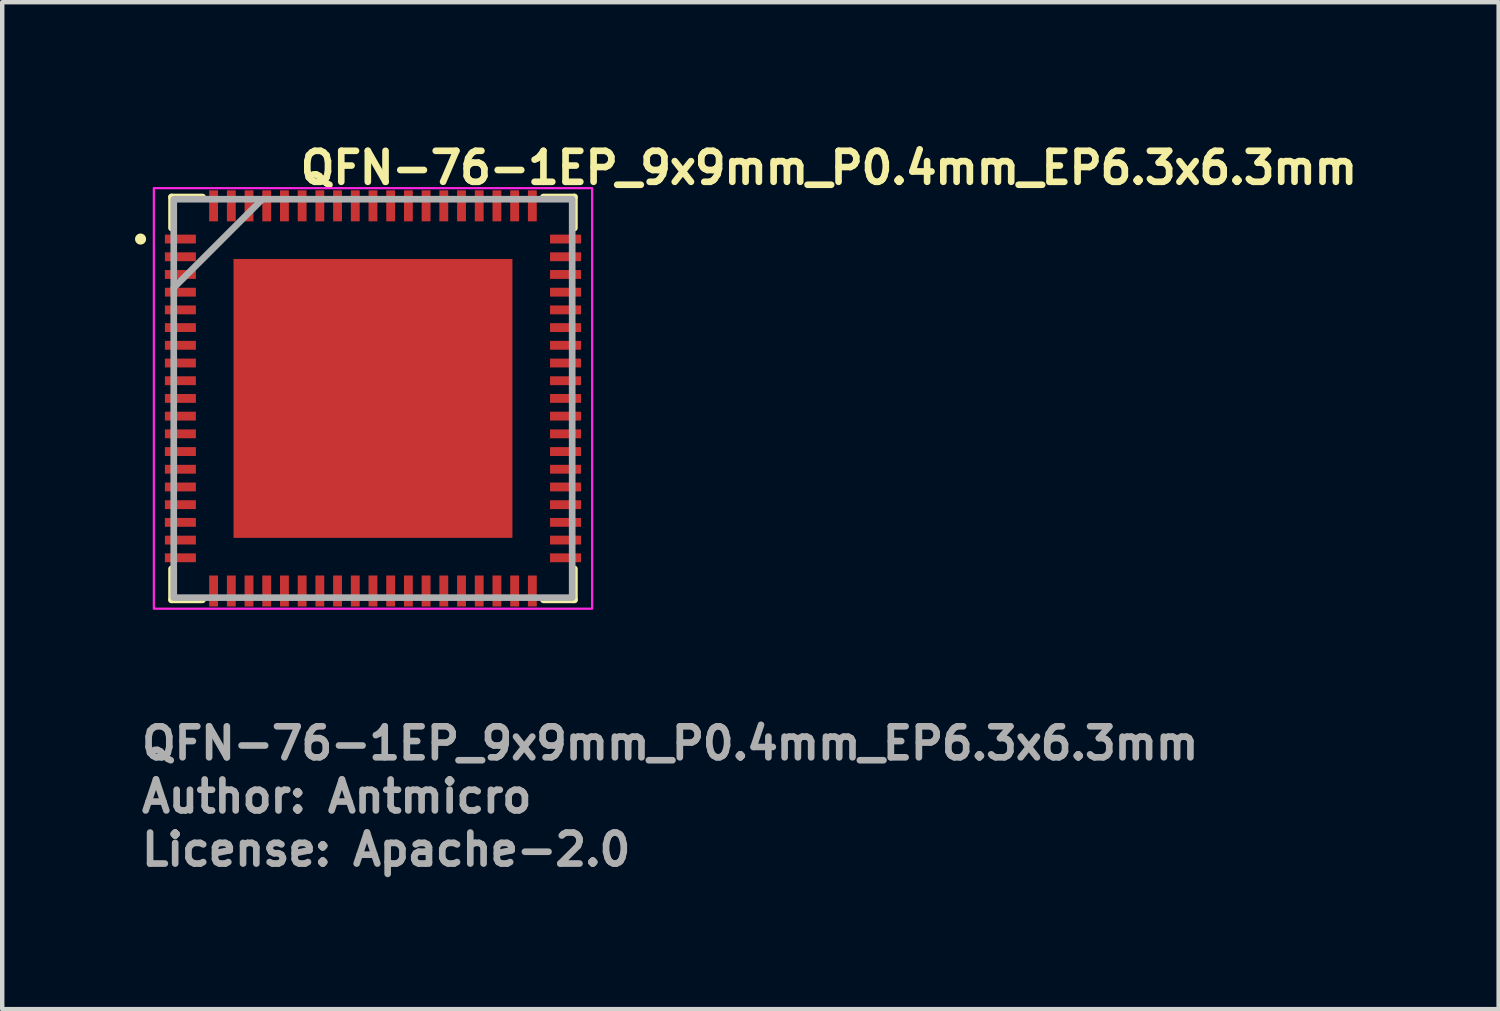
<source format=kicad_pcb>
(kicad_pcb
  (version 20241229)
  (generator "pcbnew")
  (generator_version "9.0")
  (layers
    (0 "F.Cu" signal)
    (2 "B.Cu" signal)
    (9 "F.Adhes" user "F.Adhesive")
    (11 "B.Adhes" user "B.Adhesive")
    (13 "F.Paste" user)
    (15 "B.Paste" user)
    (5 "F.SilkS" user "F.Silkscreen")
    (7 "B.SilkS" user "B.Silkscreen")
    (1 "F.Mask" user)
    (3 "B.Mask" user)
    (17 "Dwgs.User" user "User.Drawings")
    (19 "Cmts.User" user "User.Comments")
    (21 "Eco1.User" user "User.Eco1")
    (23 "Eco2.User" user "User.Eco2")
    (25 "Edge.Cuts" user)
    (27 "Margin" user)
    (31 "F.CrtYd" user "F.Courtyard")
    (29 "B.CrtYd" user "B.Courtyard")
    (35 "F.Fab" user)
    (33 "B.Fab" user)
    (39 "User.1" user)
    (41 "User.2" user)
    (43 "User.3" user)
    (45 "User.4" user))
  (footprint "QFN-76-1EP_9x9mm_P0.4mm_EP6.3x6.3mm"
    (layer "F.Cu")
    (at 5.375 5.95)
    (property "Reference" "QFN-76-1EP_9x9mm_P0.4mm_EP6.3x6.3mm" (at -1.715 -4.8 0) (layer "F.SilkS") (effects (font (size 0.7 0.7) (thickness 0.15)) (justify left bottom)))
    (attr smd)
    (fp_line (start -4.55 -4.55) (end -4.55 -3.85) (stroke (width 0.15) (type solid)) (layer "F.SilkS"))
    (fp_line (start -4.55 -4.55) (end -3.85 -4.55) (stroke (width 0.15) (type solid)) (layer "F.SilkS"))
    (fp_line (start -4.55 4.55) (end -4.55 3.85) (stroke (width 0.15) (type solid)) (layer "F.SilkS"))
    (fp_line (start -4.55 4.55) (end -3.85 4.55) (stroke (width 0.15) (type solid)) (layer "F.SilkS"))
    (fp_line (start 4.55 -4.55) (end 3.85 -4.55) (stroke (width 0.15) (type solid)) (layer "F.SilkS"))
    (fp_line (start 4.55 -4.55) (end 4.55 -3.85) (stroke (width 0.15) (type solid)) (layer "F.SilkS"))
    (fp_line (start 4.55 4.55) (end 3.85 4.55) (stroke (width 0.15) (type solid)) (layer "F.SilkS"))
    (fp_line (start 4.55 4.55) (end 4.55 3.85) (stroke (width 0.15) (type solid)) (layer "F.SilkS"))
    (fp_circle (center -5.25 -3.6) (end -5.2 -3.6) (stroke (width 0.15) (type solid)) (fill yes) (layer "F.SilkS"))
    (fp_poly (pts (xy -2.9 -2.9) (xy -1.9 -2.9) (xy -1.9 -1.9) (xy -2.9 -1.9)) (stroke (width 0.01) (type solid)) (fill yes) (layer "F.Paste"))
    (fp_poly (pts (xy -2.9 -1.7) (xy -1.9 -1.7) (xy -1.9 -0.7) (xy -2.9 -0.7)) (stroke (width 0.01) (type solid)) (fill yes) (layer "F.Paste"))
    (fp_poly (pts (xy -2.9 -0.5) (xy -1.9 -0.5) (xy -1.9 0.5) (xy -2.9 0.5)) (stroke (width 0.01) (type solid)) (fill yes) (layer "F.Paste"))
    (fp_poly (pts (xy -2.9 0.7) (xy -1.9 0.7) (xy -1.9 1.7) (xy -2.9 1.7)) (stroke (width 0.01) (type solid)) (fill yes) (layer "F.Paste"))
    (fp_poly (pts (xy -2.9 1.9) (xy -1.9 1.9) (xy -1.9 2.9) (xy -2.9 2.9)) (stroke (width 0.01) (type solid)) (fill yes) (layer "F.Paste"))
    (fp_poly (pts (xy -1.7 -2.9) (xy -0.7 -2.9) (xy -0.7 -1.9) (xy -1.7 -1.9)) (stroke (width 0.01) (type solid)) (fill yes) (layer "F.Paste"))
    (fp_poly (pts (xy -1.7 -1.7) (xy -0.7 -1.7) (xy -0.7 -0.7) (xy -1.7 -0.7)) (stroke (width 0.01) (type solid)) (fill yes) (layer "F.Paste"))
    (fp_poly (pts (xy -1.7 -0.5) (xy -0.7 -0.5) (xy -0.7 0.5) (xy -1.7 0.5)) (stroke (width 0.01) (type solid)) (fill yes) (layer "F.Paste"))
    (fp_poly (pts (xy -1.7 0.7) (xy -0.7 0.7) (xy -0.7 1.7) (xy -1.7 1.7)) (stroke (width 0.01) (type solid)) (fill yes) (layer "F.Paste"))
    (fp_poly (pts (xy -1.7 1.9) (xy -0.7 1.9) (xy -0.7 2.9) (xy -1.7 2.9)) (stroke (width 0.01) (type solid)) (fill yes) (layer "F.Paste"))
    (fp_poly (pts (xy -0.5 -2.9) (xy 0.5 -2.9) (xy 0.5 -1.9) (xy -0.5 -1.9)) (stroke (width 0.01) (type solid)) (fill yes) (layer "F.Paste"))
    (fp_poly (pts (xy -0.5 -1.7) (xy 0.5 -1.7) (xy 0.5 -0.7) (xy -0.5 -0.7)) (stroke (width 0.01) (type solid)) (fill yes) (layer "F.Paste"))
    (fp_poly (pts (xy -0.5 -0.5) (xy 0.5 -0.5) (xy 0.5 0.5) (xy -0.5 0.5)) (stroke (width 0.01) (type solid)) (fill yes) (layer "F.Paste"))
    (fp_poly (pts (xy -0.5 0.7) (xy 0.5 0.7) (xy 0.5 1.7) (xy -0.5 1.7)) (stroke (width 0.01) (type solid)) (fill yes) (layer "F.Paste"))
    (fp_poly (pts (xy -0.5 1.9) (xy 0.5 1.9) (xy 0.5 2.9) (xy -0.5 2.9)) (stroke (width 0.01) (type solid)) (fill yes) (layer "F.Paste"))
    (fp_poly (pts (xy 0.7 -2.9) (xy 1.7 -2.9) (xy 1.7 -1.9) (xy 0.7 -1.9)) (stroke (width 0.01) (type solid)) (fill yes) (layer "F.Paste"))
    (fp_poly (pts (xy 0.7 -1.7) (xy 1.7 -1.7) (xy 1.7 -0.7) (xy 0.7 -0.7)) (stroke (width 0.01) (type solid)) (fill yes) (layer "F.Paste"))
    (fp_poly (pts (xy 0.7 -0.5) (xy 1.7 -0.5) (xy 1.7 0.5) (xy 0.7 0.5)) (stroke (width 0.01) (type solid)) (fill yes) (layer "F.Paste"))
    (fp_poly (pts (xy 0.7 0.7) (xy 1.7 0.7) (xy 1.7 1.7) (xy 0.7 1.7)) (stroke (width 0.01) (type solid)) (fill yes) (layer "F.Paste"))
    (fp_poly (pts (xy 0.7 1.9) (xy 1.7 1.9) (xy 1.7 2.9) (xy 0.7 2.9)) (stroke (width 0.01) (type solid)) (fill yes) (layer "F.Paste"))
    (fp_poly (pts (xy 1.9 -2.9) (xy 2.9 -2.9) (xy 2.9 -1.9) (xy 1.9 -1.9)) (stroke (width 0.01) (type solid)) (fill yes) (layer "F.Paste"))
    (fp_poly (pts (xy 1.9 -1.7) (xy 2.9 -1.7) (xy 2.9 -0.7) (xy 1.9 -0.7)) (stroke (width 0.01) (type solid)) (fill yes) (layer "F.Paste"))
    (fp_poly (pts (xy 1.9 -0.5) (xy 2.9 -0.5) (xy 2.9 0.5) (xy 1.9 0.5)) (stroke (width 0.01) (type solid)) (fill yes) (layer "F.Paste"))
    (fp_poly (pts (xy 1.9 0.7) (xy 2.9 0.7) (xy 2.9 1.7) (xy 1.9 1.7)) (stroke (width 0.01) (type solid)) (fill yes) (layer "F.Paste"))
    (fp_poly (pts (xy 1.9 1.9) (xy 2.9 1.9) (xy 2.9 2.9) (xy 1.9 2.9)) (stroke (width 0.01) (type solid)) (fill yes) (layer "F.Paste"))
    (fp_rect (start -4.95 -4.75) (end 4.95 4.75) (stroke (width 0.05) (type solid)) (fill no) (layer "F.CrtYd"))
    (fp_line (start -4.5 -2.5) (end -2.5 -4.5) (stroke (width 0.15) (type solid)) (layer "F.Fab"))
    (fp_rect (start -4.5 -4.5) (end 4.5 4.5) (stroke (width 0.15) (type solid)) (fill no) (layer "F.Fab"))
    (fp_rect (start -4.5 -4.5) (end 4.5 4.5) (stroke (width 0.1) (type solid)) (fill no) (layer "User.5"))
    (fp_line (start -4.5 -4.5) (end -4.5 4.5) (stroke (width 0.02) (type solid)) (layer "User.9"))
    (fp_line (start -4.5 4.5) (end 4.5 4.5) (stroke (width 0.02) (type solid)) (layer "User.9"))
    (fp_line (start 4.5 -4.5) (end -4.5 -4.5) (stroke (width 0.02) (type solid)) (layer "User.9"))
    (fp_line (start 4.5 4.5) (end 4.5 -4.5) (stroke (width 0.02) (type solid)) (layer "User.9"))
    (fp_text user "${REFERENCE}" (at -5.3 8.2 0) (layer "F.Fab") (effects (font (size 0.7 0.7) (thickness 0.15)) (justify left bottom)))
    (fp_text user "License: Apache-2.0" (at -5.3 10.6 0) (layer "F.Fab") (effects (font (size 0.7 0.7) (thickness 0.15)) (justify left bottom)))
    (fp_text user "Author: Antmicro" (at -5.3 9.4 0) (layer "F.Fab") (effects (font (size 0.7 0.7) (thickness 0.15)) (justify left bottom)))
    (pad "1" smd rect (at -4.35 -3.6) (size 0.7 0.2) (layers "F.Cu" "F.Mask" "F.Paste"))
    (pad "2" smd rect (at -4.35 -3.2) (size 0.7 0.2) (layers "F.Cu" "F.Mask" "F.Paste"))
    (pad "3" smd rect (at -4.35 -2.8) (size 0.7 0.2) (layers "F.Cu" "F.Mask" "F.Paste"))
    (pad "4" smd rect (at -4.35 -2.4) (size 0.7 0.2) (layers "F.Cu" "F.Mask" "F.Paste"))
    (pad "5" smd rect (at -4.35 -2) (size 0.7 0.2) (layers "F.Cu" "F.Mask" "F.Paste"))
    (pad "6" smd rect (at -4.35 -1.6) (size 0.7 0.2) (layers "F.Cu" "F.Mask" "F.Paste"))
    (pad "7" smd rect (at -4.35 -1.2) (size 0.7 0.2) (layers "F.Cu" "F.Mask" "F.Paste"))
    (pad "8" smd rect (at -4.35 -0.8) (size 0.7 0.2) (layers "F.Cu" "F.Mask" "F.Paste"))
    (pad "9" smd rect (at -4.35 -0.4) (size 0.7 0.2) (layers "F.Cu" "F.Mask" "F.Paste"))
    (pad "10" smd rect (at -4.35 0) (size 0.7 0.2) (layers "F.Cu" "F.Mask" "F.Paste"))
    (pad "11" smd rect (at -4.35 0.4) (size 0.7 0.2) (layers "F.Cu" "F.Mask" "F.Paste"))
    (pad "12" smd rect (at -4.35 0.8) (size 0.7 0.2) (layers "F.Cu" "F.Mask" "F.Paste"))
    (pad "13" smd rect (at -4.35 1.2) (size 0.7 0.2) (layers "F.Cu" "F.Mask" "F.Paste"))
    (pad "14" smd rect (at -4.35 1.6) (size 0.7 0.2) (layers "F.Cu" "F.Mask" "F.Paste"))
    (pad "15" smd rect (at -4.35 2) (size 0.7 0.2) (layers "F.Cu" "F.Mask" "F.Paste"))
    (pad "16" smd rect (at -4.35 2.4) (size 0.7 0.2) (layers "F.Cu" "F.Mask" "F.Paste"))
    (pad "17" smd rect (at -4.35 2.8) (size 0.7 0.2) (layers "F.Cu" "F.Mask" "F.Paste"))
    (pad "18" smd rect (at -4.35 3.2) (size 0.7 0.2) (layers "F.Cu" "F.Mask" "F.Paste"))
    (pad "19" smd rect (at -4.35 3.6) (size 0.7 0.2) (layers "F.Cu" "F.Mask" "F.Paste"))
    (pad "20" smd rect (at -3.6 4.35 90) (size 0.7 0.2) (layers "F.Cu" "F.Mask" "F.Paste"))
    (pad "21" smd rect (at -3.2 4.35 90) (size 0.7 0.2) (layers "F.Cu" "F.Mask" "F.Paste"))
    (pad "22" smd rect (at -2.8 4.35 90) (size 0.7 0.2) (layers "F.Cu" "F.Mask" "F.Paste"))
    (pad "23" smd rect (at -2.4 4.35 90) (size 0.7 0.2) (layers "F.Cu" "F.Mask" "F.Paste"))
    (pad "24" smd rect (at -2 4.35 90) (size 0.7 0.2) (layers "F.Cu" "F.Mask" "F.Paste"))
    (pad "25" smd rect (at -1.6 4.35 90) (size 0.7 0.2) (layers "F.Cu" "F.Mask" "F.Paste"))
    (pad "26" smd rect (at -1.2 4.35 90) (size 0.7 0.2) (layers "F.Cu" "F.Mask" "F.Paste"))
    (pad "27" smd rect (at -0.8 4.35 90) (size 0.7 0.2) (layers "F.Cu" "F.Mask" "F.Paste"))
    (pad "28" smd rect (at -0.4 4.35 90) (size 0.7 0.2) (layers "F.Cu" "F.Mask" "F.Paste"))
    (pad "29" smd rect (at 0 4.35 90) (size 0.7 0.2) (layers "F.Cu" "F.Mask" "F.Paste"))
    (pad "30" smd rect (at 0.4 4.35 90) (size 0.7 0.2) (layers "F.Cu" "F.Mask" "F.Paste"))
    (pad "31" smd rect (at 0.8 4.35 90) (size 0.7 0.2) (layers "F.Cu" "F.Mask" "F.Paste"))
    (pad "32" smd rect (at 1.2 4.35 90) (size 0.7 0.2) (layers "F.Cu" "F.Mask" "F.Paste"))
    (pad "33" smd rect (at 1.6 4.35 90) (size 0.7 0.2) (layers "F.Cu" "F.Mask" "F.Paste"))
    (pad "34" smd rect (at 2 4.35 90) (size 0.7 0.2) (layers "F.Cu" "F.Mask" "F.Paste"))
    (pad "35" smd rect (at 2.4 4.35 90) (size 0.7 0.2) (layers "F.Cu" "F.Mask" "F.Paste"))
    (pad "36" smd rect (at 2.8 4.35 90) (size 0.7 0.2) (layers "F.Cu" "F.Mask" "F.Paste"))
    (pad "37" smd rect (at 3.2 4.35 90) (size 0.7 0.2) (layers "F.Cu" "F.Mask" "F.Paste"))
    (pad "38" smd rect (at 3.6 4.35 90) (size 0.7 0.2) (layers "F.Cu" "F.Mask" "F.Paste"))
    (pad "39" smd rect (at 4.35 3.6) (size 0.7 0.2) (layers "F.Cu" "F.Mask" "F.Paste"))
    (pad "40" smd rect (at 4.35 3.2) (size 0.7 0.2) (layers "F.Cu" "F.Mask" "F.Paste"))
    (pad "41" smd rect (at 4.35 2.8) (size 0.7 0.2) (layers "F.Cu" "F.Mask" "F.Paste"))
    (pad "42" smd rect (at 4.35 2.4) (size 0.7 0.2) (layers "F.Cu" "F.Mask" "F.Paste"))
    (pad "43" smd rect (at 4.35 2) (size 0.7 0.2) (layers "F.Cu" "F.Mask" "F.Paste"))
    (pad "44" smd rect (at 4.35 1.6) (size 0.7 0.2) (layers "F.Cu" "F.Mask" "F.Paste"))
    (pad "45" smd rect (at 4.35 1.2) (size 0.7 0.2) (layers "F.Cu" "F.Mask" "F.Paste"))
    (pad "46" smd rect (at 4.35 0.8) (size 0.7 0.2) (layers "F.Cu" "F.Mask" "F.Paste"))
    (pad "47" smd rect (at 4.35 0.4) (size 0.7 0.2) (layers "F.Cu" "F.Mask" "F.Paste"))
    (pad "48" smd rect (at 4.35 0) (size 0.7 0.2) (layers "F.Cu" "F.Mask" "F.Paste"))
    (pad "49" smd rect (at 4.35 -0.4) (size 0.7 0.2) (layers "F.Cu" "F.Mask" "F.Paste"))
    (pad "50" smd rect (at 4.35 -0.8) (size 0.7 0.2) (layers "F.Cu" "F.Mask" "F.Paste"))
    (pad "51" smd rect (at 4.35 -1.2) (size 0.7 0.2) (layers "F.Cu" "F.Mask" "F.Paste"))
    (pad "52" smd rect (at 4.35 -1.6) (size 0.7 0.2) (layers "F.Cu" "F.Mask" "F.Paste"))
    (pad "53" smd rect (at 4.35 -2) (size 0.7 0.2) (layers "F.Cu" "F.Mask" "F.Paste"))
    (pad "54" smd rect (at 4.35 -2.4) (size 0.7 0.2) (layers "F.Cu" "F.Mask" "F.Paste"))
    (pad "55" smd rect (at 4.35 -2.8) (size 0.7 0.2) (layers "F.Cu" "F.Mask" "F.Paste"))
    (pad "56" smd rect (at 4.35 -3.2) (size 0.7 0.2) (layers "F.Cu" "F.Mask" "F.Paste"))
    (pad "57" smd rect (at 4.35 -3.6) (size 0.7 0.2) (layers "F.Cu" "F.Mask" "F.Paste"))
    (pad "58" smd rect (at 3.6 -4.35 90) (size 0.7 0.2) (layers "F.Cu" "F.Mask" "F.Paste"))
    (pad "59" smd rect (at 3.2 -4.35 90) (size 0.7 0.2) (layers "F.Cu" "F.Mask" "F.Paste"))
    (pad "60" smd rect (at 2.8 -4.35 90) (size 0.7 0.2) (layers "F.Cu" "F.Mask" "F.Paste"))
    (pad "61" smd rect (at 2.4 -4.35 90) (size 0.7 0.2) (layers "F.Cu" "F.Mask" "F.Paste"))
    (pad "62" smd rect (at 2 -4.35 90) (size 0.7 0.2) (layers "F.Cu" "F.Mask" "F.Paste"))
    (pad "63" smd rect (at 1.6 -4.35 90) (size 0.7 0.2) (layers "F.Cu" "F.Mask" "F.Paste"))
    (pad "64" smd rect (at 1.2 -4.35 90) (size 0.7 0.2) (layers "F.Cu" "F.Mask" "F.Paste"))
    (pad "65" smd rect (at 0.8 -4.35 90) (size 0.7 0.2) (layers "F.Cu" "F.Mask" "F.Paste"))
    (pad "66" smd rect (at 0.4 -4.35 90) (size 0.7 0.2) (layers "F.Cu" "F.Mask" "F.Paste"))
    (pad "67" smd rect (at 0 -4.35 90) (size 0.7 0.2) (layers "F.Cu" "F.Mask" "F.Paste"))
    (pad "68" smd rect (at -0.4 -4.35 90) (size 0.7 0.2) (layers "F.Cu" "F.Mask" "F.Paste"))
    (pad "69" smd rect (at -0.8 -4.35 90) (size 0.7 0.2) (layers "F.Cu" "F.Mask" "F.Paste"))
    (pad "70" smd rect (at -1.2 -4.35 90) (size 0.7 0.2) (layers "F.Cu" "F.Mask" "F.Paste"))
    (pad "71" smd rect (at -1.6 -4.35 90) (size 0.7 0.2) (layers "F.Cu" "F.Mask" "F.Paste"))
    (pad "72" smd rect (at -2 -4.35 90) (size 0.7 0.2) (layers "F.Cu" "F.Mask" "F.Paste"))
    (pad "73" smd rect (at -2.4 -4.35 90) (size 0.7 0.2) (layers "F.Cu" "F.Mask" "F.Paste"))
    (pad "74" smd rect (at -2.8 -4.35 90) (size 0.7 0.2) (layers "F.Cu" "F.Mask" "F.Paste"))
    (pad "75" smd rect (at -3.2 -4.35 90) (size 0.7 0.2) (layers "F.Cu" "F.Mask" "F.Paste"))
    (pad "76" smd rect (at -3.6 -4.35 90) (size 0.7 0.2) (layers "F.Cu" "F.Mask" "F.Paste"))
    (pad "77" smd rect (at 0 0) (size 6.3 6.3) (layers "F.Cu" "F.Mask")))
  (gr_rect
    (start -3 -3)
    (end 30.803 19.745)
    (stroke (width 0.1) (type default))
    (fill no)
    (layer "Edge.Cuts")))
</source>
